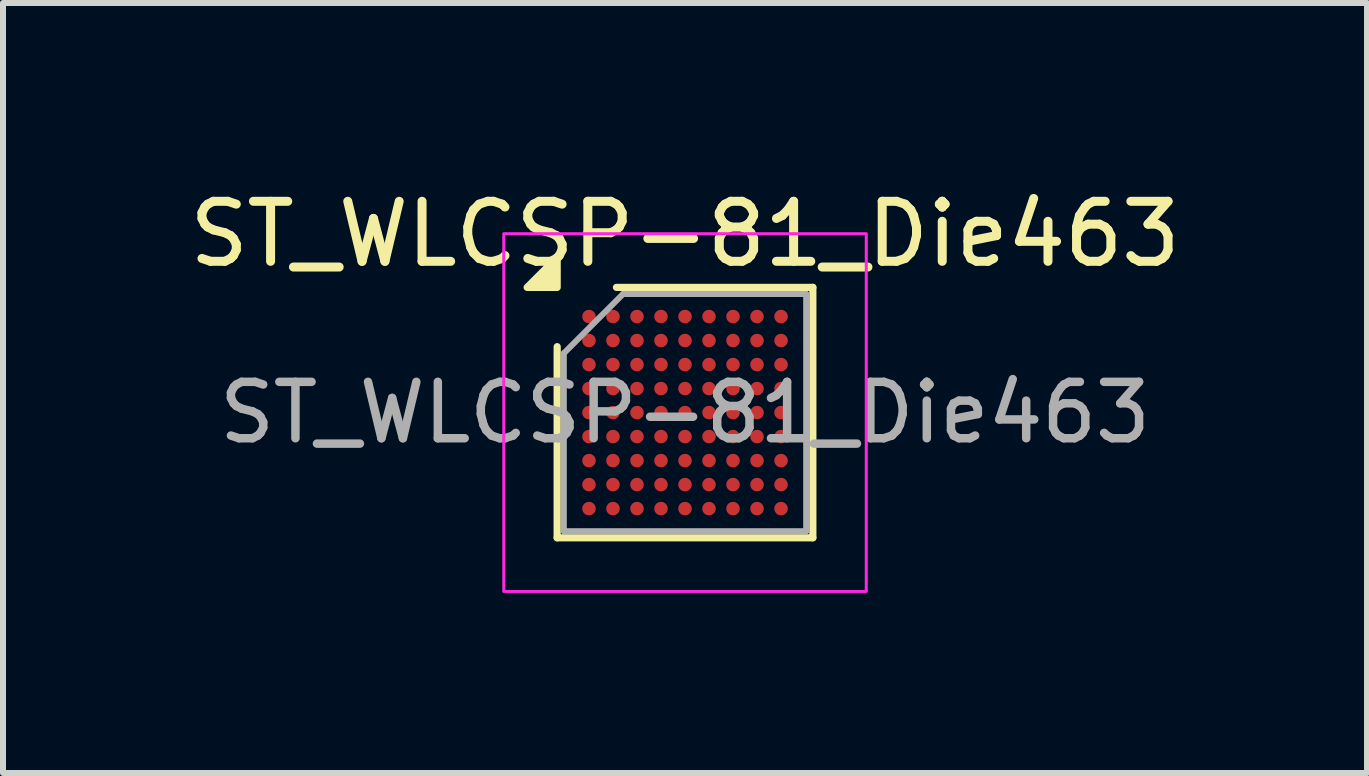
<source format=kicad_pcb>
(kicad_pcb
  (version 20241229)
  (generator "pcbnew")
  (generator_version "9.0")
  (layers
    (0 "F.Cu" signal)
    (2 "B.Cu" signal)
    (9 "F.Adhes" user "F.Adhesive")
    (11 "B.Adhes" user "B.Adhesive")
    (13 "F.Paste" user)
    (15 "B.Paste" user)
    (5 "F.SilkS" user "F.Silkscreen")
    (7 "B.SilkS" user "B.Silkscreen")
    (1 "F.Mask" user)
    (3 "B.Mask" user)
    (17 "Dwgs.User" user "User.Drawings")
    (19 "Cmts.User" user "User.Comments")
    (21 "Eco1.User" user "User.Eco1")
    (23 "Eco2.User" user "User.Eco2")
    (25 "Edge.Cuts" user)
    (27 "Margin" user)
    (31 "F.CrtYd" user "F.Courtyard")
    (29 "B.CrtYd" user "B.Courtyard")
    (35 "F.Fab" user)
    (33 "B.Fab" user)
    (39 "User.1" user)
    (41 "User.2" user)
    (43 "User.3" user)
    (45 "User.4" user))
  (footprint "ST_WLCSP-81_Die463"
    (layer "F.Cu")
    (at 8.363 3.824)
    (property "Reference" "ST_WLCSP-81_Die463" (at 0 -2.975 0) (layer "F.SilkS") (effects (font (size 1 1) (thickness 0.15))))
    (attr smd)
    (fp_line (start -2.13 2.086) (end -2.13 -1.098) (stroke (width 0.12) (type solid)) (layer "F.SilkS"))
    (fp_line (start -1.142 -2.086) (end 2.13 -2.086) (stroke (width 0.12) (type solid)) (layer "F.SilkS"))
    (fp_line (start 2.13 -2.086) (end 2.13 2.086) (stroke (width 0.12) (type solid)) (layer "F.SilkS"))
    (fp_line (start 2.13 2.086) (end -2.13 2.086) (stroke (width 0.12) (type solid)) (layer "F.SilkS"))
    (fp_poly (pts (xy -2.13 -2.086) (xy -2.63 -2.086) (xy -2.13 -2.586)) (stroke (width 0.12) (type solid)) (fill yes) (layer "F.SilkS"))
    (fp_rect (start -3.02 -2.98) (end 3.02 2.98) (stroke (width 0.05) (type solid)) (fill no) (layer "F.CrtYd"))
    (fp_line (start -2.019 -0.988) (end -1.032 -1.976) (stroke (width 0.1) (type solid)) (layer "F.Fab"))
    (fp_line (start -2.019 1.976) (end -2.019 -0.988) (stroke (width 0.1) (type solid)) (layer "F.Fab"))
    (fp_line (start -1.032 -1.976) (end 2.019 -1.976) (stroke (width 0.1) (type solid)) (layer "F.Fab"))
    (fp_line (start 2.019 -1.976) (end 2.019 1.976) (stroke (width 0.1) (type solid)) (layer "F.Fab"))
    (fp_line (start 2.019 1.976) (end -2.019 1.976) (stroke (width 0.1) (type solid)) (layer "F.Fab"))
    (fp_text user "${REFERENCE}" (at 0 0 0) (layer "F.Fab") (effects (font (size 0.94 0.94) (thickness 0.141))))
    (pad "A1" smd circle (at -1.6 -1.6) (size 0.225 0.225) (property pad_prop_bga) (layers "F.Cu" "F.Mask" "F.Paste"))
    (pad "A2" smd circle (at -1.2 -1.6) (size 0.225 0.225) (property pad_prop_bga) (layers "F.Cu" "F.Mask" "F.Paste"))
    (pad "A3" smd circle (at -0.8 -1.6) (size 0.225 0.225) (property pad_prop_bga) (layers "F.Cu" "F.Mask" "F.Paste"))
    (pad "A4" smd circle (at -0.4 -1.6) (size 0.225 0.225) (property pad_prop_bga) (layers "F.Cu" "F.Mask" "F.Paste"))
    (pad "A5" smd circle (at 0 -1.6) (size 0.225 0.225) (property pad_prop_bga) (layers "F.Cu" "F.Mask" "F.Paste"))
    (pad "A6" smd circle (at 0.4 -1.6) (size 0.225 0.225) (property pad_prop_bga) (layers "F.Cu" "F.Mask" "F.Paste"))
    (pad "A7" smd circle (at 0.8 -1.6) (size 0.225 0.225) (property pad_prop_bga) (layers "F.Cu" "F.Mask" "F.Paste"))
    (pad "A8" smd circle (at 1.2 -1.6) (size 0.225 0.225) (property pad_prop_bga) (layers "F.Cu" "F.Mask" "F.Paste"))
    (pad "A9" smd circle (at 1.6 -1.6) (size 0.225 0.225) (property pad_prop_bga) (layers "F.Cu" "F.Mask" "F.Paste"))
    (pad "B1" smd circle (at -1.6 -1.2) (size 0.225 0.225) (property pad_prop_bga) (layers "F.Cu" "F.Mask" "F.Paste"))
    (pad "B2" smd circle (at -1.2 -1.2) (size 0.225 0.225) (property pad_prop_bga) (layers "F.Cu" "F.Mask" "F.Paste"))
    (pad "B3" smd circle (at -0.8 -1.2) (size 0.225 0.225) (property pad_prop_bga) (layers "F.Cu" "F.Mask" "F.Paste"))
    (pad "B4" smd circle (at -0.4 -1.2) (size 0.225 0.225) (property pad_prop_bga) (layers "F.Cu" "F.Mask" "F.Paste"))
    (pad "B5" smd circle (at 0 -1.2) (size 0.225 0.225) (property pad_prop_bga) (layers "F.Cu" "F.Mask" "F.Paste"))
    (pad "B6" smd circle (at 0.4 -1.2) (size 0.225 0.225) (property pad_prop_bga) (layers "F.Cu" "F.Mask" "F.Paste"))
    (pad "B7" smd circle (at 0.8 -1.2) (size 0.225 0.225) (property pad_prop_bga) (layers "F.Cu" "F.Mask" "F.Paste"))
    (pad "B8" smd circle (at 1.2 -1.2) (size 0.225 0.225) (property pad_prop_bga) (layers "F.Cu" "F.Mask" "F.Paste"))
    (pad "B9" smd circle (at 1.6 -1.2) (size 0.225 0.225) (property pad_prop_bga) (layers "F.Cu" "F.Mask" "F.Paste"))
    (pad "C1" smd circle (at -1.6 -0.8) (size 0.225 0.225) (property pad_prop_bga) (layers "F.Cu" "F.Mask" "F.Paste"))
    (pad "C2" smd circle (at -1.2 -0.8) (size 0.225 0.225) (property pad_prop_bga) (layers "F.Cu" "F.Mask" "F.Paste"))
    (pad "C3" smd circle (at -0.8 -0.8) (size 0.225 0.225) (property pad_prop_bga) (layers "F.Cu" "F.Mask" "F.Paste"))
    (pad "C4" smd circle (at -0.4 -0.8) (size 0.225 0.225) (property pad_prop_bga) (layers "F.Cu" "F.Mask" "F.Paste"))
    (pad "C5" smd circle (at 0 -0.8) (size 0.225 0.225) (property pad_prop_bga) (layers "F.Cu" "F.Mask" "F.Paste"))
    (pad "C6" smd circle (at 0.4 -0.8) (size 0.225 0.225) (property pad_prop_bga) (layers "F.Cu" "F.Mask" "F.Paste"))
    (pad "C7" smd circle (at 0.8 -0.8) (size 0.225 0.225) (property pad_prop_bga) (layers "F.Cu" "F.Mask" "F.Paste"))
    (pad "C8" smd circle (at 1.2 -0.8) (size 0.225 0.225) (property pad_prop_bga) (layers "F.Cu" "F.Mask" "F.Paste"))
    (pad "C9" smd circle (at 1.6 -0.8) (size 0.225 0.225) (property pad_prop_bga) (layers "F.Cu" "F.Mask" "F.Paste"))
    (pad "D1" smd circle (at -1.6 -0.4) (size 0.225 0.225) (property pad_prop_bga) (layers "F.Cu" "F.Mask" "F.Paste"))
    (pad "D2" smd circle (at -1.2 -0.4) (size 0.225 0.225) (property pad_prop_bga) (layers "F.Cu" "F.Mask" "F.Paste"))
    (pad "D3" smd circle (at -0.8 -0.4) (size 0.225 0.225) (property pad_prop_bga) (layers "F.Cu" "F.Mask" "F.Paste"))
    (pad "D4" smd circle (at -0.4 -0.4) (size 0.225 0.225) (property pad_prop_bga) (layers "F.Cu" "F.Mask" "F.Paste"))
    (pad "D5" smd circle (at 0 -0.4) (size 0.225 0.225) (property pad_prop_bga) (layers "F.Cu" "F.Mask" "F.Paste"))
    (pad "D6" smd circle (at 0.4 -0.4) (size 0.225 0.225) (property pad_prop_bga) (layers "F.Cu" "F.Mask" "F.Paste"))
    (pad "D7" smd circle (at 0.8 -0.4) (size 0.225 0.225) (property pad_prop_bga) (layers "F.Cu" "F.Mask" "F.Paste"))
    (pad "D8" smd circle (at 1.2 -0.4) (size 0.225 0.225) (property pad_prop_bga) (layers "F.Cu" "F.Mask" "F.Paste"))
    (pad "D9" smd circle (at 1.6 -0.4) (size 0.225 0.225) (property pad_prop_bga) (layers "F.Cu" "F.Mask" "F.Paste"))
    (pad "E1" smd circle (at -1.6 0) (size 0.225 0.225) (property pad_prop_bga) (layers "F.Cu" "F.Mask" "F.Paste"))
    (pad "E2" smd circle (at -1.2 0) (size 0.225 0.225) (property pad_prop_bga) (layers "F.Cu" "F.Mask" "F.Paste"))
    (pad "E3" smd circle (at -0.8 0) (size 0.225 0.225) (property pad_prop_bga) (layers "F.Cu" "F.Mask" "F.Paste"))
    (pad "E4" smd circle (at -0.4 0) (size 0.225 0.225) (property pad_prop_bga) (layers "F.Cu" "F.Mask" "F.Paste"))
    (pad "E5" smd circle (at 0 0) (size 0.225 0.225) (property pad_prop_bga) (layers "F.Cu" "F.Mask" "F.Paste"))
    (pad "E6" smd circle (at 0.4 0) (size 0.225 0.225) (property pad_prop_bga) (layers "F.Cu" "F.Mask" "F.Paste"))
    (pad "E7" smd circle (at 0.8 0) (size 0.225 0.225) (property pad_prop_bga) (layers "F.Cu" "F.Mask" "F.Paste"))
    (pad "E8" smd circle (at 1.2 0) (size 0.225 0.225) (property pad_prop_bga) (layers "F.Cu" "F.Mask" "F.Paste"))
    (pad "E9" smd circle (at 1.6 0) (size 0.225 0.225) (property pad_prop_bga) (layers "F.Cu" "F.Mask" "F.Paste"))
    (pad "F1" smd circle (at -1.6 0.4) (size 0.225 0.225) (property pad_prop_bga) (layers "F.Cu" "F.Mask" "F.Paste"))
    (pad "F2" smd circle (at -1.2 0.4) (size 0.225 0.225) (property pad_prop_bga) (layers "F.Cu" "F.Mask" "F.Paste"))
    (pad "F3" smd circle (at -0.8 0.4) (size 0.225 0.225) (property pad_prop_bga) (layers "F.Cu" "F.Mask" "F.Paste"))
    (pad "F4" smd circle (at -0.4 0.4) (size 0.225 0.225) (property pad_prop_bga) (layers "F.Cu" "F.Mask" "F.Paste"))
    (pad "F5" smd circle (at 0 0.4) (size 0.225 0.225) (property pad_prop_bga) (layers "F.Cu" "F.Mask" "F.Paste"))
    (pad "F6" smd circle (at 0.4 0.4) (size 0.225 0.225) (property pad_prop_bga) (layers "F.Cu" "F.Mask" "F.Paste"))
    (pad "F7" smd circle (at 0.8 0.4) (size 0.225 0.225) (property pad_prop_bga) (layers "F.Cu" "F.Mask" "F.Paste"))
    (pad "F8" smd circle (at 1.2 0.4) (size 0.225 0.225) (property pad_prop_bga) (layers "F.Cu" "F.Mask" "F.Paste"))
    (pad "F9" smd circle (at 1.6 0.4) (size 0.225 0.225) (property pad_prop_bga) (layers "F.Cu" "F.Mask" "F.Paste"))
    (pad "G1" smd circle (at -1.6 0.8) (size 0.225 0.225) (property pad_prop_bga) (layers "F.Cu" "F.Mask" "F.Paste"))
    (pad "G2" smd circle (at -1.2 0.8) (size 0.225 0.225) (property pad_prop_bga) (layers "F.Cu" "F.Mask" "F.Paste"))
    (pad "G3" smd circle (at -0.8 0.8) (size 0.225 0.225) (property pad_prop_bga) (layers "F.Cu" "F.Mask" "F.Paste"))
    (pad "G4" smd circle (at -0.4 0.8) (size 0.225 0.225) (property pad_prop_bga) (layers "F.Cu" "F.Mask" "F.Paste"))
    (pad "G5" smd circle (at 0 0.8) (size 0.225 0.225) (property pad_prop_bga) (layers "F.Cu" "F.Mask" "F.Paste"))
    (pad "G6" smd circle (at 0.4 0.8) (size 0.225 0.225) (property pad_prop_bga) (layers "F.Cu" "F.Mask" "F.Paste"))
    (pad "G7" smd circle (at 0.8 0.8) (size 0.225 0.225) (property pad_prop_bga) (layers "F.Cu" "F.Mask" "F.Paste"))
    (pad "G8" smd circle (at 1.2 0.8) (size 0.225 0.225) (property pad_prop_bga) (layers "F.Cu" "F.Mask" "F.Paste"))
    (pad "G9" smd circle (at 1.6 0.8) (size 0.225 0.225) (property pad_prop_bga) (layers "F.Cu" "F.Mask" "F.Paste"))
    (pad "H1" smd circle (at -1.6 1.2) (size 0.225 0.225) (property pad_prop_bga) (layers "F.Cu" "F.Mask" "F.Paste"))
    (pad "H2" smd circle (at -1.2 1.2) (size 0.225 0.225) (property pad_prop_bga) (layers "F.Cu" "F.Mask" "F.Paste"))
    (pad "H3" smd circle (at -0.8 1.2) (size 0.225 0.225) (property pad_prop_bga) (layers "F.Cu" "F.Mask" "F.Paste"))
    (pad "H4" smd circle (at -0.4 1.2) (size 0.225 0.225) (property pad_prop_bga) (layers "F.Cu" "F.Mask" "F.Paste"))
    (pad "H5" smd circle (at 0 1.2) (size 0.225 0.225) (property pad_prop_bga) (layers "F.Cu" "F.Mask" "F.Paste"))
    (pad "H6" smd circle (at 0.4 1.2) (size 0.225 0.225) (property pad_prop_bga) (layers "F.Cu" "F.Mask" "F.Paste"))
    (pad "H7" smd circle (at 0.8 1.2) (size 0.225 0.225) (property pad_prop_bga) (layers "F.Cu" "F.Mask" "F.Paste"))
    (pad "H8" smd circle (at 1.2 1.2) (size 0.225 0.225) (property pad_prop_bga) (layers "F.Cu" "F.Mask" "F.Paste"))
    (pad "H9" smd circle (at 1.6 1.2) (size 0.225 0.225) (property pad_prop_bga) (layers "F.Cu" "F.Mask" "F.Paste"))
    (pad "J1" smd circle (at -1.6 1.6) (size 0.225 0.225) (property pad_prop_bga) (layers "F.Cu" "F.Mask" "F.Paste"))
    (pad "J2" smd circle (at -1.2 1.6) (size 0.225 0.225) (property pad_prop_bga) (layers "F.Cu" "F.Mask" "F.Paste"))
    (pad "J3" smd circle (at -0.8 1.6) (size 0.225 0.225) (property pad_prop_bga) (layers "F.Cu" "F.Mask" "F.Paste"))
    (pad "J4" smd circle (at -0.4 1.6) (size 0.225 0.225) (property pad_prop_bga) (layers "F.Cu" "F.Mask" "F.Paste"))
    (pad "J5" smd circle (at 0 1.6) (size 0.225 0.225) (property pad_prop_bga) (layers "F.Cu" "F.Mask" "F.Paste"))
    (pad "J6" smd circle (at 0.4 1.6) (size 0.225 0.225) (property pad_prop_bga) (layers "F.Cu" "F.Mask" "F.Paste"))
    (pad "J7" smd circle (at 0.8 1.6) (size 0.225 0.225) (property pad_prop_bga) (layers "F.Cu" "F.Mask" "F.Paste"))
    (pad "J8" smd circle (at 1.2 1.6) (size 0.225 0.225) (property pad_prop_bga) (layers "F.Cu" "F.Mask" "F.Paste"))
    (pad "J9" smd circle (at 1.6 1.6) (size 0.225 0.225) (property pad_prop_bga) (layers "F.Cu" "F.Mask" "F.Paste")))
  (gr_rect
    (start -3 -3)
    (end 19.726 9.829)
    (stroke (width 0.1) (type default))
    (fill no)
    (layer "Edge.Cuts")))
</source>
